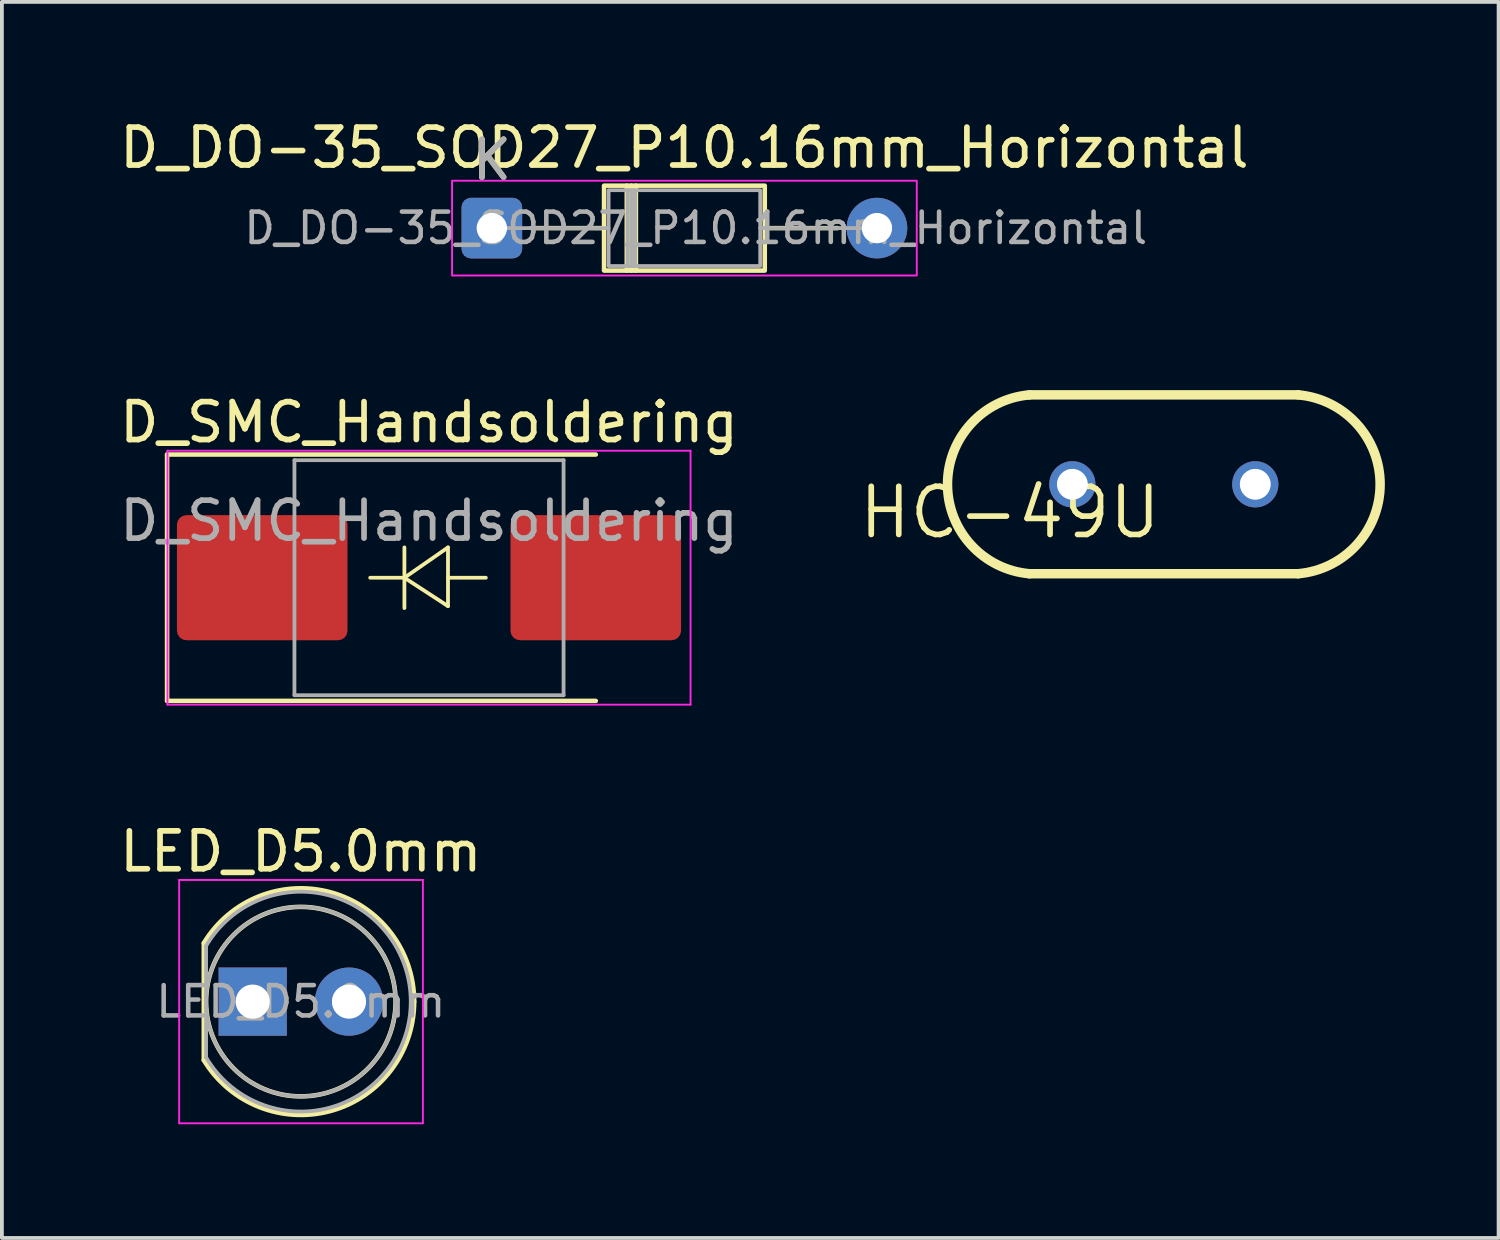
<source format=kicad_pcb>
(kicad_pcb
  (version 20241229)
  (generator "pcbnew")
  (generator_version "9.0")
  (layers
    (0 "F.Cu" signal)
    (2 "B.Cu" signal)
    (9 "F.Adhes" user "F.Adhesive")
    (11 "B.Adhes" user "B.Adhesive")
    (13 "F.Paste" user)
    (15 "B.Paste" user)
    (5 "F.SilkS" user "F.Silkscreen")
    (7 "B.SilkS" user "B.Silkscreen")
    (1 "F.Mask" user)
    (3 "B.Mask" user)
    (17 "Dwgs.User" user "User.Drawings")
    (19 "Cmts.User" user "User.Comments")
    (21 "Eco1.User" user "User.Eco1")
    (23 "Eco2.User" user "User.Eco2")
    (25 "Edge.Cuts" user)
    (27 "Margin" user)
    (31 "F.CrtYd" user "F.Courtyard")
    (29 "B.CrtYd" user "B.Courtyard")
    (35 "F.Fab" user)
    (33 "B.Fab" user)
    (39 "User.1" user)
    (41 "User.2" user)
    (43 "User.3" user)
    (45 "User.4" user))
  (footprint "HC-49U"
    (layer "F.Cu")
    (at 27.654 9.727)
    (property "Reference" "HC-49U" (at 0 0 180) (layer "F.SilkS") (effects (font (size 1.27 1.27) (thickness 0.15)) (justify right top)))
    (fp_line (start -3.547 -2.359) (end 3.547 -2.359) (stroke (width 0.25) (type solid)) (layer "F.SilkS"))
    (fp_line (start -3.547 2.359) (end 3.547 2.359) (stroke (width 0.25) (type solid)) (layer "F.SilkS"))
    (fp_arc (start -3.546999 2.359) (mid -5.706533 0) (end -3.547 -2.359) (stroke (width 0.25) (type solid)) (layer "F.SilkS"))
    (fp_arc (start 3.546999 -2.359) (mid 5.706533 0) (end 3.547 2.359) (stroke (width 0.25) (type solid)) (layer "F.SilkS"))
    (pad "1" thru_hole circle (at -2.413 0) (size 1.219 1.219) (drill 0.813) (layers "*.Cu" "*.Mask"))
    (pad "2" thru_hole circle (at 2.413 0) (size 1.219 1.219) (drill 0.813) (layers "*.Cu" "*.Mask")))
  (footprint "LED_D5.0mm"
    (layer "F.Cu")
    (at 3.617 23.375)
    (property "Reference" "LED_D5.0mm" (at 1.27 -3.96 180) (layer "F.SilkS") (effects (font (size 1 1) (thickness 0.15))))
    (attr through_hole)
    (fp_line (start -1.29 -1.545) (end -1.29 1.545) (stroke (width 0.12) (type solid)) (layer "F.SilkS"))
    (fp_arc (start -1.29 -1.54483) (mid 2.071779 -2.880495) (end 4.26 0) (stroke (width 0.12) (type solid)) (layer "F.SilkS"))
    (fp_arc (start 4.26 0) (mid 2.071779 2.880495) (end -1.29 1.54483) (stroke (width 0.12) (type solid)) (layer "F.SilkS"))
    (fp_circle (center 1.27 0) (end 3.77 0) (stroke (width 0.12) (type solid)) (fill no) (layer "F.SilkS"))
    (fp_line (start -1.94 -3.21) (end -1.94 3.21) (stroke (width 0.05) (type solid)) (layer "F.CrtYd"))
    (fp_line (start -1.94 3.21) (end 4.49 3.21) (stroke (width 0.05) (type solid)) (layer "F.CrtYd"))
    (fp_line (start 4.49 -3.21) (end -1.94 -3.21) (stroke (width 0.05) (type solid)) (layer "F.CrtYd"))
    (fp_line (start 4.49 3.21) (end 4.49 -3.21) (stroke (width 0.05) (type solid)) (layer "F.CrtYd"))
    (fp_line (start -1.23 -1.47) (end -1.23 1.47) (stroke (width 0.1) (type solid)) (layer "F.Fab"))
    (fp_arc (start -1.23 -1.469694) (mid 4.17 0) (end -1.23 1.469694) (stroke (width 0.1) (type solid)) (layer "F.Fab"))
    (fp_circle (center 1.27 0) (end 3.77 0) (stroke (width 0.1) (type solid)) (fill no) (layer "F.Fab"))
    (fp_text user "${REFERENCE}" (at 1.27 0 180) (layer "F.Fab") (effects (font (size 0.8 0.8) (thickness 0.12))))
    (pad "1" thru_hole rect (at 0 0) (size 1.8 1.8) (drill 0.9) (layers "*.Cu" "*.Mask"))
    (pad "2" thru_hole circle (at 2.54 0) (size 1.8 1.8) (drill 0.9) (layers "*.Cu" "*.Mask")))
  (footprint "D_SMC_Handsoldering"
    (layer "F.Cu")
    (at 8.268 12.191)
    (property "Reference" "D_SMC_Handsoldering" (at 0 -4.1 180) (layer "F.SilkS") (effects (font (size 1 1) (thickness 0.15))))
    (attr smd)
    (fp_line (start -6.91 -3.25) (end 4.4 -3.25) (stroke (width 0.12) (type solid)) (layer "F.SilkS"))
    (fp_line (start -6.91 3.25) (end -6.91 -3.25) (stroke (width 0.12) (type solid)) (layer "F.SilkS"))
    (fp_line (start -6.91 3.25) (end 4.4 3.25) (stroke (width 0.12) (type solid)) (layer "F.SilkS"))
    (fp_line (start -0.649 -0.799) (end -0.649 0.801) (stroke (width 0.1) (type solid)) (layer "F.SilkS"))
    (fp_line (start -0.649 0.001) (end -1.551 0.001) (stroke (width 0.1) (type solid)) (layer "F.SilkS"))
    (fp_line (start -0.649 0.001) (end 0.501 -0.799) (stroke (width 0.1) (type solid)) (layer "F.SilkS"))
    (fp_line (start -0.649 0.001) (end 0.501 0.75) (stroke (width 0.1) (type solid)) (layer "F.SilkS"))
    (fp_line (start 0.501 0.001) (end 1.499 0.001) (stroke (width 0.1) (type solid)) (layer "F.SilkS"))
    (fp_line (start 0.501 0.75) (end 0.501 -0.799) (stroke (width 0.1) (type solid)) (layer "F.SilkS"))
    (fp_line (start -6.9 -3.35) (end 6.9 -3.35) (stroke (width 0.05) (type solid)) (layer "F.CrtYd"))
    (fp_line (start -6.9 3.35) (end -6.9 -3.35) (stroke (width 0.05) (type solid)) (layer "F.CrtYd"))
    (fp_line (start 6.9 -3.35) (end 6.9 3.35) (stroke (width 0.05) (type solid)) (layer "F.CrtYd"))
    (fp_line (start 6.9 3.35) (end -6.9 3.35) (stroke (width 0.05) (type solid)) (layer "F.CrtYd"))
    (fp_line (start -3.55 3.1) (end -3.55 -3.1) (stroke (width 0.1) (type solid)) (layer "F.Fab"))
    (fp_line (start 3.55 -3.1) (end -3.55 -3.1) (stroke (width 0.1) (type solid)) (layer "F.Fab"))
    (fp_line (start 3.55 -3.1) (end 3.55 3.1) (stroke (width 0.1) (type solid)) (layer "F.Fab"))
    (fp_line (start 3.55 3.1) (end -3.55 3.1) (stroke (width 0.1) (type solid)) (layer "F.Fab"))
    (fp_text user "${REFERENCE}" (at 0 -1.5 180) (layer "F.Fab") (effects (font (size 1 1) (thickness 0.15))))
    (pad "1" smd roundrect (at -4.4 0 90) (size 3.3 4.5) (layers "F.Cu" "F.Mask" "F.Paste") (roundrect_rratio 0.076))
    (pad "2" smd roundrect (at 4.4 0 90) (size 3.3 4.5) (layers "F.Cu" "F.Mask" "F.Paste") (roundrect_rratio 0.076)))
  (footprint "D_DO-35_SOD27_P10.16mm_Horizontal"
    (layer "F.Cu")
    (at 9.926 2.968)
    (property "Reference" "D_DO-35_SOD27_P10.16mm_Horizontal" (at 5.08 -2.12 180) (layer "F.SilkS") (effects (font (size 1 1) (thickness 0.15))))
    (attr through_hole)
    (fp_line (start 1.04 0) (end 2.96 0) (stroke (width 0.12) (type solid)) (layer "F.SilkS"))
    (fp_line (start 3.56 -1.12) (end 3.56 1.12) (stroke (width 0.12) (type solid)) (layer "F.SilkS"))
    (fp_line (start 3.68 -1.12) (end 3.68 1.12) (stroke (width 0.12) (type solid)) (layer "F.SilkS"))
    (fp_line (start 3.8 -1.12) (end 3.8 1.12) (stroke (width 0.12) (type solid)) (layer "F.SilkS"))
    (fp_line (start 9.12 0) (end 7.2 0) (stroke (width 0.12) (type solid)) (layer "F.SilkS"))
    (fp_rect (start 2.96 -1.12) (end 7.2 1.12) (stroke (width 0.12) (type solid)) (fill no) (layer "F.SilkS"))
    (fp_rect (start -1.05 -1.25) (end 11.21 1.25) (stroke (width 0.05) (type solid)) (fill no) (layer "F.CrtYd"))
    (fp_line (start 0 0) (end 3.08 0) (stroke (width 0.1) (type solid)) (layer "F.Fab"))
    (fp_line (start 3.58 -1) (end 3.58 1) (stroke (width 0.1) (type solid)) (layer "F.Fab"))
    (fp_line (start 3.68 -1) (end 3.68 1) (stroke (width 0.1) (type solid)) (layer "F.Fab"))
    (fp_line (start 3.78 -1) (end 3.78 1) (stroke (width 0.1) (type solid)) (layer "F.Fab"))
    (fp_line (start 10.16 0) (end 7.08 0) (stroke (width 0.1) (type solid)) (layer "F.Fab"))
    (fp_rect (start 3.08 -1) (end 7.08 1) (stroke (width 0.1) (type solid)) (fill no) (layer "F.Fab"))
    (fp_text user "K" (at 0 -1.8 180) (layer "F.SilkS") (effects (font (size 1 1) (thickness 0.15))))
    (fp_text user "${REFERENCE}" (at 5.38 0 180) (layer "F.Fab") (effects (font (size 0.8 0.8) (thickness 0.12))))
    (fp_text user "K" (at 0 -1.8 180) (layer "F.Fab") (effects (font (size 1 1) (thickness 0.15))))
    (pad "1" thru_hole roundrect (at 0 0) (size 1.6 1.6) (drill 0.8) (layers "*.Cu" "*.Mask") (roundrect_rratio 0.156))
    (pad "2" thru_hole circle (at 10.16 0) (size 1.6 1.6) (drill 0.8) (layers "*.Cu" "*.Mask")))
  (gr_rect
    (start -3 -3)
    (end 36.486 29.61)
    (stroke (width 0.1) (type default))
    (fill no)
    (layer "Edge.Cuts")))
</source>
